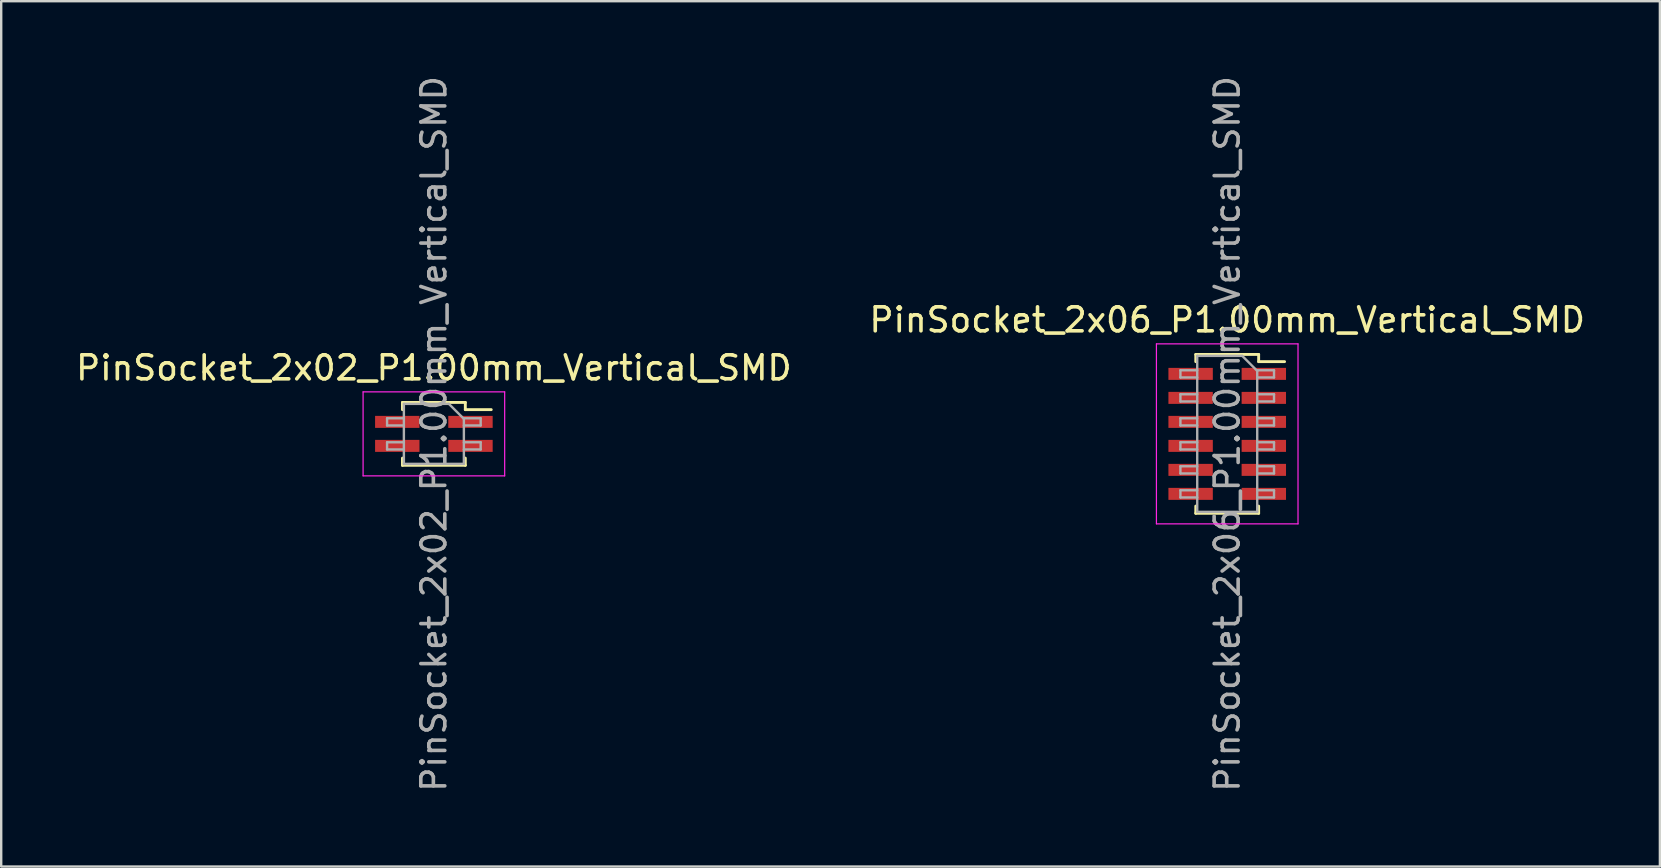
<source format=kicad_pcb>
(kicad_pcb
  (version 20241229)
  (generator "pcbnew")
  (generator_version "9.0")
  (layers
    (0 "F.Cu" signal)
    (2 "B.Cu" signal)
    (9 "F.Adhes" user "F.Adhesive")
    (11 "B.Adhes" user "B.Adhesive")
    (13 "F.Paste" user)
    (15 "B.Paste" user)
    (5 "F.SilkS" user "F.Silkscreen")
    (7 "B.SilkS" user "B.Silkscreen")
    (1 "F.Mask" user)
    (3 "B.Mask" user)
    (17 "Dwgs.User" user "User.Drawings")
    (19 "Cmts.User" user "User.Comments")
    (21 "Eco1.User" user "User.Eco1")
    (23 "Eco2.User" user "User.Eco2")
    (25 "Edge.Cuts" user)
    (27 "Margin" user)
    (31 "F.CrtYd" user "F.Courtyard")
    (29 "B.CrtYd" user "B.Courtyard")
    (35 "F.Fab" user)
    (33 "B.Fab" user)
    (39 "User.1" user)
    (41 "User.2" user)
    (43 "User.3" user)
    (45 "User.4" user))
  (footprint "PinSocket_2x02_P1.00mm_Vertical_SMD"
    (layer "F.Cu")
    (at 15.03 15.03)
    (property "Reference" "PinSocket_2x02_P1.00mm_Vertical_SMD" (at 0 -2.75 0) (layer "F.SilkS") (effects (font (size 1 1) (thickness 0.15))))
    (attr smd)
    (fp_line (start -1.31 -1.31) (end -1.31 -1.01) (stroke (width 0.12) (type solid)) (layer "F.SilkS"))
    (fp_line (start -1.31 -1.31) (end 1.31 -1.31) (stroke (width 0.12) (type solid)) (layer "F.SilkS"))
    (fp_line (start -1.31 1.01) (end -1.31 1.31) (stroke (width 0.12) (type solid)) (layer "F.SilkS"))
    (fp_line (start -1.31 1.31) (end 1.31 1.31) (stroke (width 0.12) (type solid)) (layer "F.SilkS"))
    (fp_line (start 1.31 -1.31) (end 1.31 -1.01) (stroke (width 0.12) (type solid)) (layer "F.SilkS"))
    (fp_line (start 1.31 -1.01) (end 2.39 -1.01) (stroke (width 0.12) (type solid)) (layer "F.SilkS"))
    (fp_line (start 1.31 1.01) (end 1.31 1.31) (stroke (width 0.12) (type solid)) (layer "F.SilkS"))
    (fp_line (start -2.95 -1.75) (end 2.95 -1.75) (stroke (width 0.05) (type solid)) (layer "F.CrtYd"))
    (fp_line (start -2.95 1.75) (end -2.95 -1.75) (stroke (width 0.05) (type solid)) (layer "F.CrtYd"))
    (fp_line (start 2.95 -1.75) (end 2.95 1.75) (stroke (width 0.05) (type solid)) (layer "F.CrtYd"))
    (fp_line (start 2.95 1.75) (end -2.95 1.75) (stroke (width 0.05) (type solid)) (layer "F.CrtYd"))
    (fp_line (start -1.95 -0.65) (end -1.25 -0.65) (stroke (width 0.1) (type solid)) (layer "F.Fab"))
    (fp_line (start -1.95 -0.35) (end -1.95 -0.65) (stroke (width 0.1) (type solid)) (layer "F.Fab"))
    (fp_line (start -1.95 0.35) (end -1.25 0.35) (stroke (width 0.1) (type solid)) (layer "F.Fab"))
    (fp_line (start -1.95 0.65) (end -1.95 0.35) (stroke (width 0.1) (type solid)) (layer "F.Fab"))
    (fp_line (start -1.25 -1.25) (end 0.625 -1.25) (stroke (width 0.1) (type solid)) (layer "F.Fab"))
    (fp_line (start -1.25 -0.35) (end -1.95 -0.35) (stroke (width 0.1) (type solid)) (layer "F.Fab"))
    (fp_line (start -1.25 0.65) (end -1.95 0.65) (stroke (width 0.1) (type solid)) (layer "F.Fab"))
    (fp_line (start -1.25 1.25) (end -1.25 -1.25) (stroke (width 0.1) (type solid)) (layer "F.Fab"))
    (fp_line (start 0.625 -1.25) (end 1.25 -0.625) (stroke (width 0.1) (type solid)) (layer "F.Fab"))
    (fp_line (start 1.25 -0.65) (end 1.95 -0.65) (stroke (width 0.1) (type solid)) (layer "F.Fab"))
    (fp_line (start 1.25 -0.625) (end 1.25 1.25) (stroke (width 0.1) (type solid)) (layer "F.Fab"))
    (fp_line (start 1.25 0.35) (end 1.95 0.35) (stroke (width 0.1) (type solid)) (layer "F.Fab"))
    (fp_line (start 1.25 1.25) (end -1.25 1.25) (stroke (width 0.1) (type solid)) (layer "F.Fab"))
    (fp_line (start 1.95 -0.65) (end 1.95 -0.35) (stroke (width 0.1) (type solid)) (layer "F.Fab"))
    (fp_line (start 1.95 -0.35) (end 1.25 -0.35) (stroke (width 0.1) (type solid)) (layer "F.Fab"))
    (fp_line (start 1.95 0.35) (end 1.95 0.65) (stroke (width 0.1) (type solid)) (layer "F.Fab"))
    (fp_line (start 1.95 0.65) (end 1.25 0.65) (stroke (width 0.1) (type solid)) (layer "F.Fab"))
    (fp_text user "${REFERENCE}" (at 0 0 90) (layer "F.Fab") (effects (font (size 1 1) (thickness 0.15))))
    (pad "1" smd rect (at 1.525 -0.5) (size 1.85 0.5) (layers "F.Cu" "F.Mask" "F.Paste"))
    (pad "2" smd rect (at -1.525 -0.5) (size 1.85 0.5) (layers "F.Cu" "F.Mask" "F.Paste"))
    (pad "3" smd rect (at 1.525 0.5) (size 1.85 0.5) (layers "F.Cu" "F.Mask" "F.Paste"))
    (pad "4" smd rect (at -1.525 0.5) (size 1.85 0.5) (layers "F.Cu" "F.Mask" "F.Paste")))
  (footprint "PinSocket_2x06_P1.00mm_Vertical_SMD"
    (layer "F.Cu")
    (at 48.089 15.03)
    (property "Reference" "PinSocket_2x06_P1.00mm_Vertical_SMD" (at 0 -4.75 0) (layer "F.SilkS") (effects (font (size 1 1) (thickness 0.15))))
    (attr smd)
    (fp_line (start -1.31 -3.31) (end -1.31 -3.01) (stroke (width 0.12) (type solid)) (layer "F.SilkS"))
    (fp_line (start -1.31 -3.31) (end 1.31 -3.31) (stroke (width 0.12) (type solid)) (layer "F.SilkS"))
    (fp_line (start -1.31 3.01) (end -1.31 3.31) (stroke (width 0.12) (type solid)) (layer "F.SilkS"))
    (fp_line (start -1.31 3.31) (end 1.31 3.31) (stroke (width 0.12) (type solid)) (layer "F.SilkS"))
    (fp_line (start 1.31 -3.31) (end 1.31 -3.01) (stroke (width 0.12) (type solid)) (layer "F.SilkS"))
    (fp_line (start 1.31 -3.01) (end 2.39 -3.01) (stroke (width 0.12) (type solid)) (layer "F.SilkS"))
    (fp_line (start 1.31 3.01) (end 1.31 3.31) (stroke (width 0.12) (type solid)) (layer "F.SilkS"))
    (fp_line (start -2.95 -3.75) (end 2.95 -3.75) (stroke (width 0.05) (type solid)) (layer "F.CrtYd"))
    (fp_line (start -2.95 3.75) (end -2.95 -3.75) (stroke (width 0.05) (type solid)) (layer "F.CrtYd"))
    (fp_line (start 2.95 -3.75) (end 2.95 3.75) (stroke (width 0.05) (type solid)) (layer "F.CrtYd"))
    (fp_line (start 2.95 3.75) (end -2.95 3.75) (stroke (width 0.05) (type solid)) (layer "F.CrtYd"))
    (fp_line (start -1.95 -2.65) (end -1.25 -2.65) (stroke (width 0.1) (type solid)) (layer "F.Fab"))
    (fp_line (start -1.95 -2.35) (end -1.95 -2.65) (stroke (width 0.1) (type solid)) (layer "F.Fab"))
    (fp_line (start -1.95 -1.65) (end -1.25 -1.65) (stroke (width 0.1) (type solid)) (layer "F.Fab"))
    (fp_line (start -1.95 -1.35) (end -1.95 -1.65) (stroke (width 0.1) (type solid)) (layer "F.Fab"))
    (fp_line (start -1.95 -0.65) (end -1.25 -0.65) (stroke (width 0.1) (type solid)) (layer "F.Fab"))
    (fp_line (start -1.95 -0.35) (end -1.95 -0.65) (stroke (width 0.1) (type solid)) (layer "F.Fab"))
    (fp_line (start -1.95 0.35) (end -1.25 0.35) (stroke (width 0.1) (type solid)) (layer "F.Fab"))
    (fp_line (start -1.95 0.65) (end -1.95 0.35) (stroke (width 0.1) (type solid)) (layer "F.Fab"))
    (fp_line (start -1.95 1.35) (end -1.25 1.35) (stroke (width 0.1) (type solid)) (layer "F.Fab"))
    (fp_line (start -1.95 1.65) (end -1.95 1.35) (stroke (width 0.1) (type solid)) (layer "F.Fab"))
    (fp_line (start -1.95 2.35) (end -1.25 2.35) (stroke (width 0.1) (type solid)) (layer "F.Fab"))
    (fp_line (start -1.95 2.65) (end -1.95 2.35) (stroke (width 0.1) (type solid)) (layer "F.Fab"))
    (fp_line (start -1.25 -3.25) (end 0.625 -3.25) (stroke (width 0.1) (type solid)) (layer "F.Fab"))
    (fp_line (start -1.25 -2.35) (end -1.95 -2.35) (stroke (width 0.1) (type solid)) (layer "F.Fab"))
    (fp_line (start -1.25 -1.35) (end -1.95 -1.35) (stroke (width 0.1) (type solid)) (layer "F.Fab"))
    (fp_line (start -1.25 -0.35) (end -1.95 -0.35) (stroke (width 0.1) (type solid)) (layer "F.Fab"))
    (fp_line (start -1.25 0.65) (end -1.95 0.65) (stroke (width 0.1) (type solid)) (layer "F.Fab"))
    (fp_line (start -1.25 1.65) (end -1.95 1.65) (stroke (width 0.1) (type solid)) (layer "F.Fab"))
    (fp_line (start -1.25 2.65) (end -1.95 2.65) (stroke (width 0.1) (type solid)) (layer "F.Fab"))
    (fp_line (start -1.25 3.25) (end -1.25 -3.25) (stroke (width 0.1) (type solid)) (layer "F.Fab"))
    (fp_line (start 0.625 -3.25) (end 1.25 -2.625) (stroke (width 0.1) (type solid)) (layer "F.Fab"))
    (fp_line (start 1.25 -2.65) (end 1.95 -2.65) (stroke (width 0.1) (type solid)) (layer "F.Fab"))
    (fp_line (start 1.25 -2.625) (end 1.25 3.25) (stroke (width 0.1) (type solid)) (layer "F.Fab"))
    (fp_line (start 1.25 -1.65) (end 1.95 -1.65) (stroke (width 0.1) (type solid)) (layer "F.Fab"))
    (fp_line (start 1.25 -0.65) (end 1.95 -0.65) (stroke (width 0.1) (type solid)) (layer "F.Fab"))
    (fp_line (start 1.25 0.35) (end 1.95 0.35) (stroke (width 0.1) (type solid)) (layer "F.Fab"))
    (fp_line (start 1.25 1.35) (end 1.95 1.35) (stroke (width 0.1) (type solid)) (layer "F.Fab"))
    (fp_line (start 1.25 2.35) (end 1.95 2.35) (stroke (width 0.1) (type solid)) (layer "F.Fab"))
    (fp_line (start 1.25 3.25) (end -1.25 3.25) (stroke (width 0.1) (type solid)) (layer "F.Fab"))
    (fp_line (start 1.95 -2.65) (end 1.95 -2.35) (stroke (width 0.1) (type solid)) (layer "F.Fab"))
    (fp_line (start 1.95 -2.35) (end 1.25 -2.35) (stroke (width 0.1) (type solid)) (layer "F.Fab"))
    (fp_line (start 1.95 -1.65) (end 1.95 -1.35) (stroke (width 0.1) (type solid)) (layer "F.Fab"))
    (fp_line (start 1.95 -1.35) (end 1.25 -1.35) (stroke (width 0.1) (type solid)) (layer "F.Fab"))
    (fp_line (start 1.95 -0.65) (end 1.95 -0.35) (stroke (width 0.1) (type solid)) (layer "F.Fab"))
    (fp_line (start 1.95 -0.35) (end 1.25 -0.35) (stroke (width 0.1) (type solid)) (layer "F.Fab"))
    (fp_line (start 1.95 0.35) (end 1.95 0.65) (stroke (width 0.1) (type solid)) (layer "F.Fab"))
    (fp_line (start 1.95 0.65) (end 1.25 0.65) (stroke (width 0.1) (type solid)) (layer "F.Fab"))
    (fp_line (start 1.95 1.35) (end 1.95 1.65) (stroke (width 0.1) (type solid)) (layer "F.Fab"))
    (fp_line (start 1.95 1.65) (end 1.25 1.65) (stroke (width 0.1) (type solid)) (layer "F.Fab"))
    (fp_line (start 1.95 2.35) (end 1.95 2.65) (stroke (width 0.1) (type solid)) (layer "F.Fab"))
    (fp_line (start 1.95 2.65) (end 1.25 2.65) (stroke (width 0.1) (type solid)) (layer "F.Fab"))
    (fp_text user "${REFERENCE}" (at 0 0 90) (layer "F.Fab") (effects (font (size 1 1) (thickness 0.15))))
    (pad "1" smd rect (at 1.525 -2.5) (size 1.85 0.5) (layers "F.Cu" "F.Mask" "F.Paste"))
    (pad "2" smd rect (at -1.525 -2.5) (size 1.85 0.5) (layers "F.Cu" "F.Mask" "F.Paste"))
    (pad "3" smd rect (at 1.525 -1.5) (size 1.85 0.5) (layers "F.Cu" "F.Mask" "F.Paste"))
    (pad "4" smd rect (at -1.525 -1.5) (size 1.85 0.5) (layers "F.Cu" "F.Mask" "F.Paste"))
    (pad "5" smd rect (at 1.525 -0.5) (size 1.85 0.5) (layers "F.Cu" "F.Mask" "F.Paste"))
    (pad "6" smd rect (at -1.525 -0.5) (size 1.85 0.5) (layers "F.Cu" "F.Mask" "F.Paste"))
    (pad "7" smd rect (at 1.525 0.5) (size 1.85 0.5) (layers "F.Cu" "F.Mask" "F.Paste"))
    (pad "8" smd rect (at -1.525 0.5) (size 1.85 0.5) (layers "F.Cu" "F.Mask" "F.Paste"))
    (pad "9" smd rect (at 1.525 1.5) (size 1.85 0.5) (layers "F.Cu" "F.Mask" "F.Paste"))
    (pad "10" smd rect (at -1.525 1.5) (size 1.85 0.5) (layers "F.Cu" "F.Mask" "F.Paste"))
    (pad "11" smd rect (at 1.525 2.5) (size 1.85 0.5) (layers "F.Cu" "F.Mask" "F.Paste"))
    (pad "12" smd rect (at -1.525 2.5) (size 1.85 0.5) (layers "F.Cu" "F.Mask" "F.Paste")))
  (gr_rect
    (start -3 -3)
    (end 66.119 33.06)
    (stroke (width 0.1) (type default))
    (fill no)
    (layer "Edge.Cuts")))
</source>
